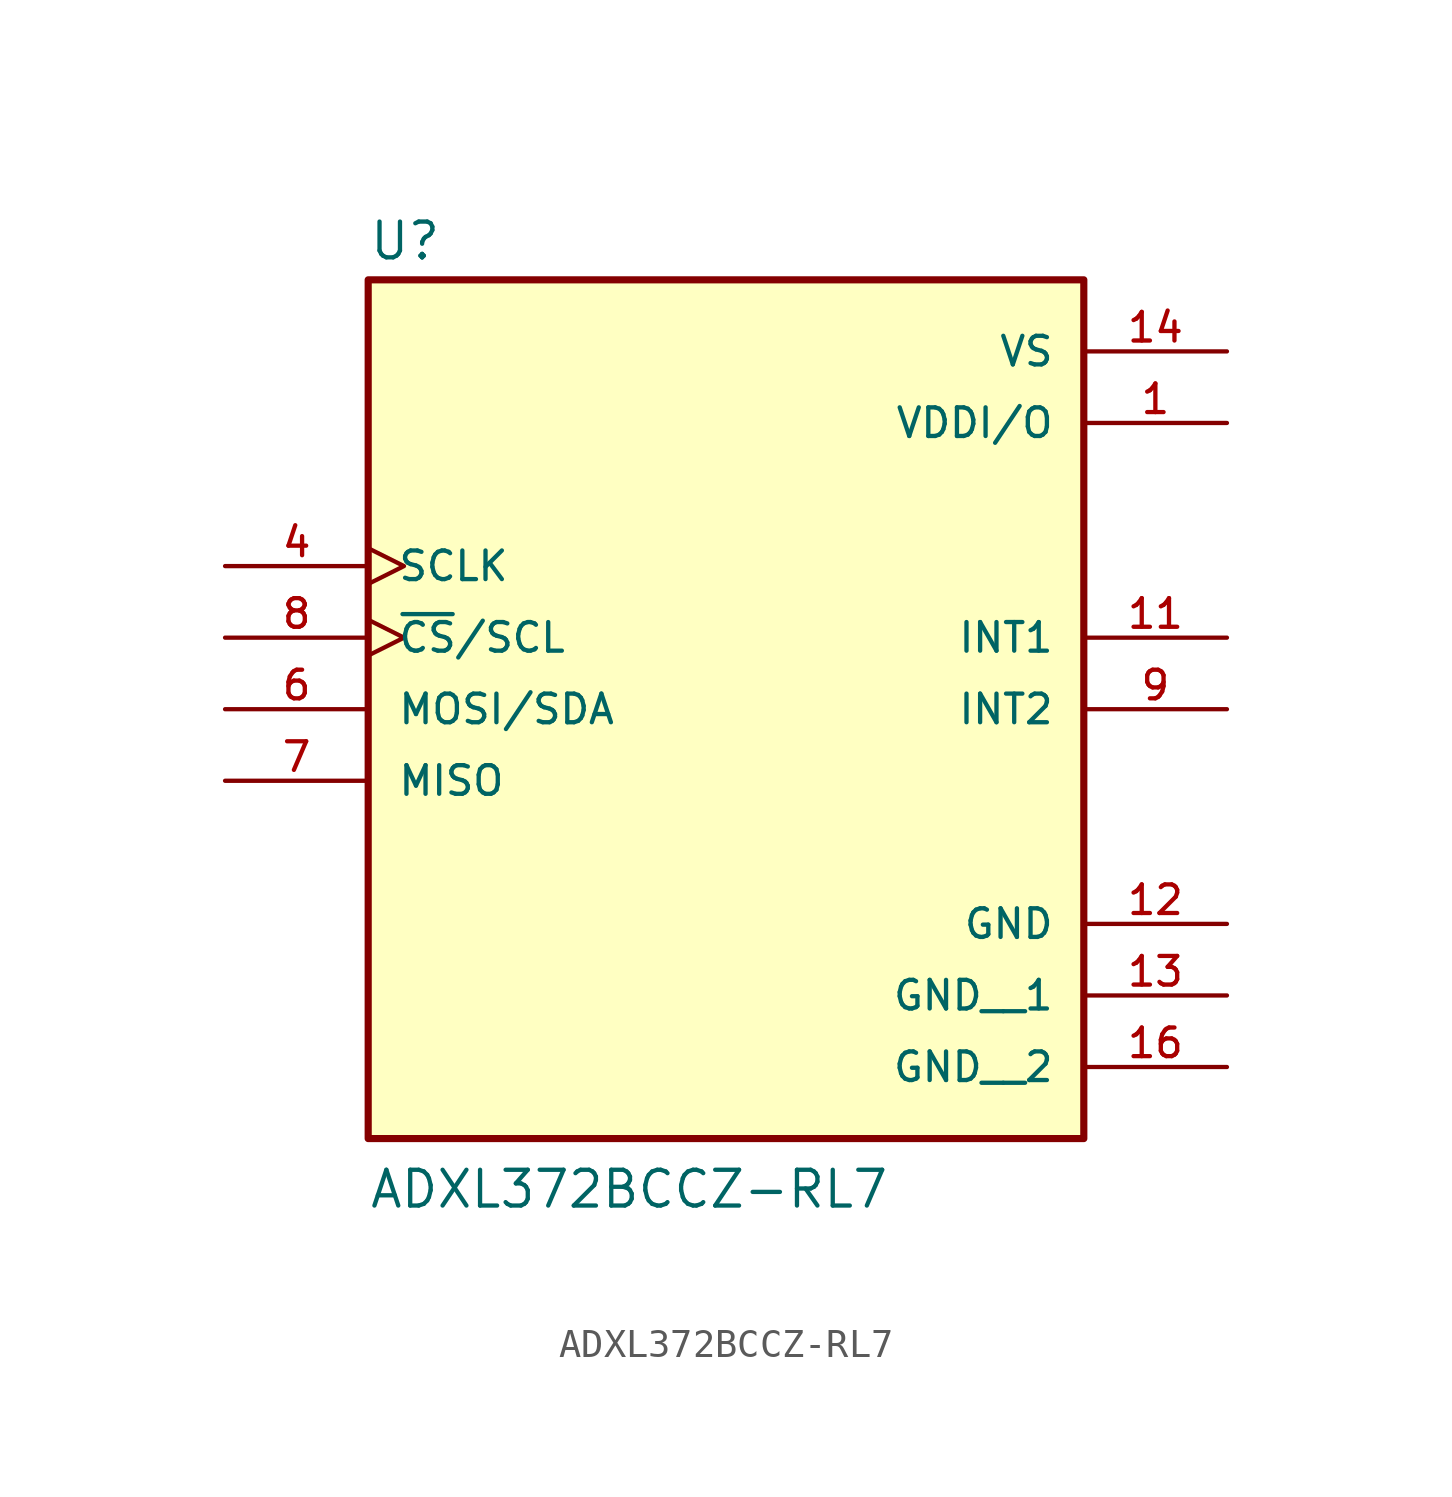
<source format=kicad_sym>
(kicad_symbol_lib
  (version 20211014)
  (generator kicad_symbol_editor)
  (symbol "ADXL372BCCZ-RL7"
    (pin_names
      (offset 1.016))
    (property "Reference" "U"
      (at -12.7 13.335 0)
      (effects (font (size 1.27 1.27)) (justify bottom left)))
    (property "Value" "ADXL372BCCZ-RL7"
      (at -12.7 -20.32 0)
      (effects (font (size 1.27 1.27)) (justify bottom left)))
    (symbol "ADXL372BCCZ-RL7_0_0"
      (rectangle (start -12.7 -17.78) (end 12.7 12.7) (stroke (width 0.254)) (fill (type background)))
      (pin power_in line (at 17.78 7.62 180.0) (length 5.08) (name "VDDI/O" (effects (font (size 1.016 1.016)))) (number "1" (effects (font (size 1.016 1.016)))))
      (pin input clock (at -17.78 2.54 0) (length 5.08) (name "SCLK" (effects (font (size 1.016 1.016)))) (number "4" (effects (font (size 1.016 1.016)))))
      (pin bidirectional line (at -17.78 -2.54 0) (length 5.08) (name "MOSI/SDA" (effects (font (size 1.016 1.016)))) (number "6" (effects (font (size 1.016 1.016)))))
      (pin output line (at -17.78 -5.08 0) (length 5.08) (name "MISO" (effects (font (size 1.016 1.016)))) (number "7" (effects (font (size 1.016 1.016)))))
      (pin input clock (at -17.78 0.0 0) (length 5.08) (name "~{CS}/SCL" (effects (font (size 1.016 1.016)))) (number "8" (effects (font (size 1.016 1.016)))))
      (pin output line (at 17.78 -2.54 180.0) (length 5.08) (name "INT2" (effects (font (size 1.016 1.016)))) (number "9" (effects (font (size 1.016 1.016)))))
      (pin output line (at 17.78 0.0 180.0) (length 5.08) (name "INT1" (effects (font (size 1.016 1.016)))) (number "11" (effects (font (size 1.016 1.016)))))
      (pin power_in line (at 17.78 -10.16 180.0) (length 5.08) (name "GND" (effects (font (size 1.016 1.016)))) (number "12" (effects (font (size 1.016 1.016)))))
      (pin power_in line (at 17.78 10.16 180.0) (length 5.08) (name "VS" (effects (font (size 1.016 1.016)))) (number "14" (effects (font (size 1.016 1.016)))))
      (pin power_in line (at 17.78 -12.7 180.0) (length 5.08) (name "GND__1" (effects (font (size 1.016 1.016)))) (number "13" (effects (font (size 1.016 1.016)))))
      (pin power_in line (at 17.78 -15.24 180.0) (length 5.08) (name "GND__2" (effects (font (size 1.016 1.016)))) (number "16" (effects (font (size 1.016 1.016))))))))
</source>
